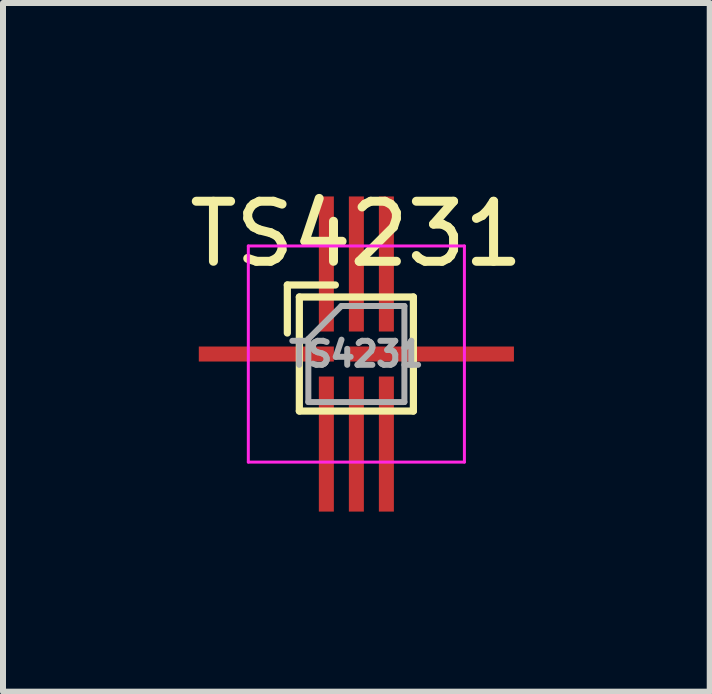
<source format=kicad_pcb>
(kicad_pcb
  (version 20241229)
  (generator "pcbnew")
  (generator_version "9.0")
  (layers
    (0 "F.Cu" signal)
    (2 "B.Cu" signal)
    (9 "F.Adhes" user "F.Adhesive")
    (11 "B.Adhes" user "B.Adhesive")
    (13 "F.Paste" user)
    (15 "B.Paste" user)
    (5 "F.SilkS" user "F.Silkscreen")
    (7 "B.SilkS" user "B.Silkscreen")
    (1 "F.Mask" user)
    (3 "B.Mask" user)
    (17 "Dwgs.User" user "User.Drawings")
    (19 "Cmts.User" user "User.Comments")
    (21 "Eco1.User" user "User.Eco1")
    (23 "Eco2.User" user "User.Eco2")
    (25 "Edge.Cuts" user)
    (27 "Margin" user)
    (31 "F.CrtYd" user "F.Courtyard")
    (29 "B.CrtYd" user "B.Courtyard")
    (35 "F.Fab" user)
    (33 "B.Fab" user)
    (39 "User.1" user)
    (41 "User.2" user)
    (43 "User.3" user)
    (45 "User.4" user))
  (footprint "TS4231"
    (layer "F.Cu")
    (at 2.887 2.848)
    (property "Reference" "TS4231" (at 0 -2 0) (layer "F.SilkS") (effects (font (size 1 1) (thickness 0.15))))
    (attr smd)
    (fp_line (start -1.15 -1.15) (end -1.15 -0.35) (stroke (width 0.12) (type solid)) (layer "F.SilkS"))
    (fp_line (start -1.15 -1.15) (end -0.35 -1.15) (stroke (width 0.12) (type solid)) (layer "F.SilkS"))
    (fp_line (start -0.95 -0.95) (end -0.95 0.95) (stroke (width 0.12) (type solid)) (layer "F.SilkS"))
    (fp_line (start -0.95 0.95) (end 0.95 0.95) (stroke (width 0.12) (type solid)) (layer "F.SilkS"))
    (fp_line (start 0.95 -0.95) (end -0.95 -0.95) (stroke (width 0.12) (type solid)) (layer "F.SilkS"))
    (fp_line (start 0.95 0.95) (end 0.95 -0.95) (stroke (width 0.12) (type solid)) (layer "F.SilkS"))
    (fp_line (start -1.8 -1.8) (end -1.8 1.8) (stroke (width 0.05) (type solid)) (layer "F.CrtYd"))
    (fp_line (start -1.8 -1.8) (end 1.8 -1.8) (stroke (width 0.05) (type solid)) (layer "F.CrtYd"))
    (fp_line (start 1.8 1.8) (end -1.8 1.8) (stroke (width 0.05) (type solid)) (layer "F.CrtYd"))
    (fp_line (start 1.8 1.8) (end 1.8 -1.8) (stroke (width 0.05) (type solid)) (layer "F.CrtYd"))
    (fp_line (start -0.8 -0.25) (end -0.25 -0.8) (stroke (width 0.1) (type solid)) (layer "F.Fab"))
    (fp_line (start -0.8 0.8) (end -0.8 -0.25) (stroke (width 0.1) (type solid)) (layer "F.Fab"))
    (fp_line (start -0.25 -0.8) (end 0.8 -0.8) (stroke (width 0.1) (type solid)) (layer "F.Fab"))
    (fp_line (start 0.8 -0.8) (end 0.8 0.8) (stroke (width 0.1) (type solid)) (layer "F.Fab"))
    (fp_line (start 0.8 0.8) (end -0.8 0.8) (stroke (width 0.1) (type solid)) (layer "F.Fab"))
    (fp_text user "${REFERENCE}" (at 0 0 0) (layer "F.Fab") (effects (font (size 0.4 0.4) (thickness 0.1))))
    (pad "A1" smd rect (at -0.5 -1.5) (size 0.25 2.25) (layers "F.Cu" "F.Mask" "F.Paste"))
    (pad "A2" smd rect (at 0 -1.5) (size 0.25 2.25) (layers "F.Cu" "F.Mask" "F.Paste"))
    (pad "A3" smd rect (at 0.5 -1.5) (size 0.25 2.25) (layers "F.Cu" "F.Mask" "F.Paste"))
    (pad "B1" smd rect (at -1.5 0) (size 2.25 0.25) (layers "F.Cu" "F.Mask" "F.Paste"))
    (pad "B2" smd rect (at 1.25 0) (size 2.75 0.25) (layers "F.Cu" "F.Mask" "F.Paste"))
    (pad "C1" smd rect (at -0.5 1.5) (size 0.25 2.25) (layers "F.Cu" "F.Mask" "F.Paste"))
    (pad "C2" smd rect (at 0 1.5) (size 0.25 2.25) (layers "F.Cu" "F.Mask" "F.Paste"))
    (pad "C3" smd rect (at 0.5 1.5) (size 0.25 2.25) (layers "F.Cu" "F.Mask" "F.Paste")))
  (gr_rect
    (start -3 -3)
    (end 8.774 8.473)
    (stroke (width 0.1) (type default))
    (fill no)
    (layer "Edge.Cuts")))
</source>
